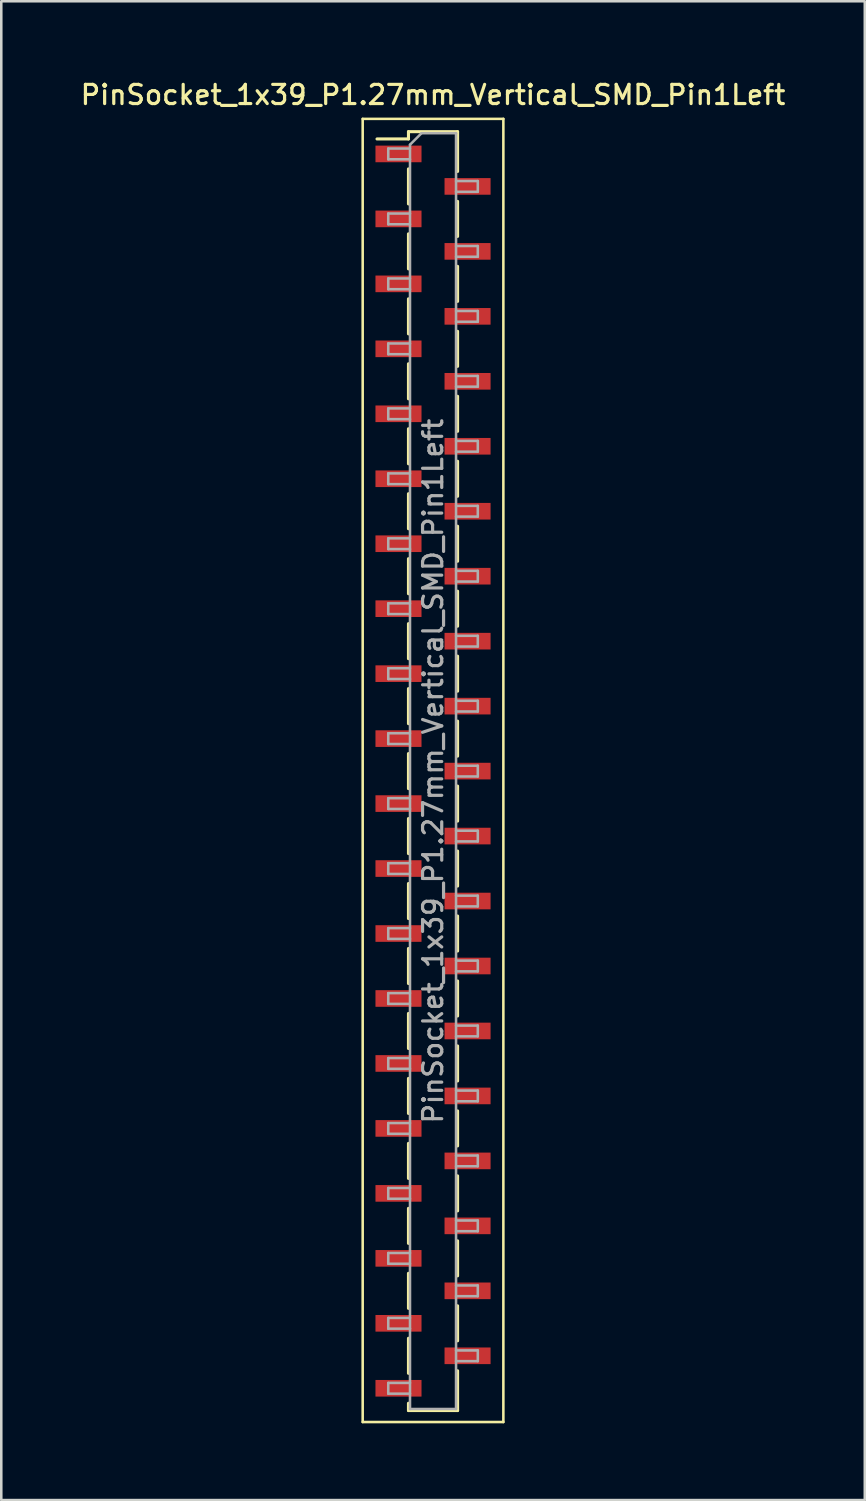
<source format=kicad_pcb>
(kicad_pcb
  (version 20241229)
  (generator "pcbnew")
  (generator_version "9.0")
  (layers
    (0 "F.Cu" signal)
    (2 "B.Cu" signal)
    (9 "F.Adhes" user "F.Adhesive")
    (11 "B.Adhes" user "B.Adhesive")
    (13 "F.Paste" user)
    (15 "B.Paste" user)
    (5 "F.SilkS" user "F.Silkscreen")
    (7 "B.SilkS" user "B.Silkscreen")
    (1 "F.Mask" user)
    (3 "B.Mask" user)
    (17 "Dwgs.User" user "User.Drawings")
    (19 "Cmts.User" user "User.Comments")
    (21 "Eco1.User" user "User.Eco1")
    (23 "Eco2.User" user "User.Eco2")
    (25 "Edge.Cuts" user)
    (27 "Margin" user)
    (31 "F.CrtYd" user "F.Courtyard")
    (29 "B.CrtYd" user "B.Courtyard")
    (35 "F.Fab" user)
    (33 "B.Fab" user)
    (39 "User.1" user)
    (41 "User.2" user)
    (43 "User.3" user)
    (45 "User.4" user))
  (footprint "PinSocket_1x39_P1.27mm_Vertical_SMD_Pin1Left"
    (layer "F.Cu")
    (at 13.88 27.098)
    (property "Reference" "PinSocket_1x39_P1.27mm_Vertical_SMD_Pin1Left" (at 0 -26.44 0) (layer "F.SilkS") (effects (font (size 0.75 0.75) (thickness 0.125))))
    (attr smd)
    (fp_line (start -2.75 -25.5) (end 2.75 -25.5) (stroke (width 0.1) (type solid)) (layer "F.SilkS"))
    (fp_line (start -2.75 25.45) (end -2.75 -25.5) (stroke (width 0.1) (type solid)) (layer "F.SilkS"))
    (fp_line (start -2.19 -24.715) (end -0.96 -24.715) (stroke (width 0.12) (type solid)) (layer "F.SilkS"))
    (fp_line (start -0.96 -25) (end -0.96 -24.715) (stroke (width 0.12) (type solid)) (layer "F.SilkS"))
    (fp_line (start -0.96 -25) (end 0.96 -25) (stroke (width 0.12) (type solid)) (layer "F.SilkS"))
    (fp_line (start -0.96 -23.545) (end -0.96 -22.175) (stroke (width 0.12) (type solid)) (layer "F.SilkS"))
    (fp_line (start -0.96 -21.005) (end -0.96 -19.635) (stroke (width 0.12) (type solid)) (layer "F.SilkS"))
    (fp_line (start -0.96 -18.465) (end -0.96 -17.095) (stroke (width 0.12) (type solid)) (layer "F.SilkS"))
    (fp_line (start -0.96 -15.925) (end -0.96 -14.555) (stroke (width 0.12) (type solid)) (layer "F.SilkS"))
    (fp_line (start -0.96 -13.385) (end -0.96 -12.015) (stroke (width 0.12) (type solid)) (layer "F.SilkS"))
    (fp_line (start -0.96 -10.845) (end -0.96 -9.475) (stroke (width 0.12) (type solid)) (layer "F.SilkS"))
    (fp_line (start -0.96 -8.305) (end -0.96 -6.935) (stroke (width 0.12) (type solid)) (layer "F.SilkS"))
    (fp_line (start -0.96 -5.765) (end -0.96 -4.395) (stroke (width 0.12) (type solid)) (layer "F.SilkS"))
    (fp_line (start -0.96 -3.225) (end -0.96 -1.855) (stroke (width 0.12) (type solid)) (layer "F.SilkS"))
    (fp_line (start -0.96 -0.685) (end -0.96 0.685) (stroke (width 0.12) (type solid)) (layer "F.SilkS"))
    (fp_line (start -0.96 1.855) (end -0.96 3.225) (stroke (width 0.12) (type solid)) (layer "F.SilkS"))
    (fp_line (start -0.96 4.395) (end -0.96 5.765) (stroke (width 0.12) (type solid)) (layer "F.SilkS"))
    (fp_line (start -0.96 6.935) (end -0.96 8.305) (stroke (width 0.12) (type solid)) (layer "F.SilkS"))
    (fp_line (start -0.96 9.475) (end -0.96 10.845) (stroke (width 0.12) (type solid)) (layer "F.SilkS"))
    (fp_line (start -0.96 12.015) (end -0.96 13.385) (stroke (width 0.12) (type solid)) (layer "F.SilkS"))
    (fp_line (start -0.96 14.555) (end -0.96 15.925) (stroke (width 0.12) (type solid)) (layer "F.SilkS"))
    (fp_line (start -0.96 17.095) (end -0.96 18.465) (stroke (width 0.12) (type solid)) (layer "F.SilkS"))
    (fp_line (start -0.96 19.635) (end -0.96 21.005) (stroke (width 0.12) (type solid)) (layer "F.SilkS"))
    (fp_line (start -0.96 22.175) (end -0.96 23.545) (stroke (width 0.12) (type solid)) (layer "F.SilkS"))
    (fp_line (start -0.96 24.715) (end -0.96 25) (stroke (width 0.12) (type solid)) (layer "F.SilkS"))
    (fp_line (start -0.96 25) (end 0.96 25) (stroke (width 0.12) (type solid)) (layer "F.SilkS"))
    (fp_line (start 0.96 -25) (end 0.96 -23.445) (stroke (width 0.12) (type solid)) (layer "F.SilkS"))
    (fp_line (start 0.96 -22.275) (end 0.96 -20.905) (stroke (width 0.12) (type solid)) (layer "F.SilkS"))
    (fp_line (start 0.96 -19.735) (end 0.96 -18.365) (stroke (width 0.12) (type solid)) (layer "F.SilkS"))
    (fp_line (start 0.96 -17.195) (end 0.96 -15.825) (stroke (width 0.12) (type solid)) (layer "F.SilkS"))
    (fp_line (start 0.96 -14.655) (end 0.96 -13.285) (stroke (width 0.12) (type solid)) (layer "F.SilkS"))
    (fp_line (start 0.96 -12.115) (end 0.96 -10.745) (stroke (width 0.12) (type solid)) (layer "F.SilkS"))
    (fp_line (start 0.96 -9.575) (end 0.96 -8.205) (stroke (width 0.12) (type solid)) (layer "F.SilkS"))
    (fp_line (start 0.96 -7.035) (end 0.96 -5.665) (stroke (width 0.12) (type solid)) (layer "F.SilkS"))
    (fp_line (start 0.96 -4.495) (end 0.96 -3.125) (stroke (width 0.12) (type solid)) (layer "F.SilkS"))
    (fp_line (start 0.96 -1.955) (end 0.96 -0.585) (stroke (width 0.12) (type solid)) (layer "F.SilkS"))
    (fp_line (start 0.96 0.585) (end 0.96 1.955) (stroke (width 0.12) (type solid)) (layer "F.SilkS"))
    (fp_line (start 0.96 3.125) (end 0.96 4.495) (stroke (width 0.12) (type solid)) (layer "F.SilkS"))
    (fp_line (start 0.96 5.665) (end 0.96 7.035) (stroke (width 0.12) (type solid)) (layer "F.SilkS"))
    (fp_line (start 0.96 8.205) (end 0.96 9.575) (stroke (width 0.12) (type solid)) (layer "F.SilkS"))
    (fp_line (start 0.96 10.745) (end 0.96 12.115) (stroke (width 0.12) (type solid)) (layer "F.SilkS"))
    (fp_line (start 0.96 13.285) (end 0.96 14.655) (stroke (width 0.12) (type solid)) (layer "F.SilkS"))
    (fp_line (start 0.96 15.825) (end 0.96 17.195) (stroke (width 0.12) (type solid)) (layer "F.SilkS"))
    (fp_line (start 0.96 18.365) (end 0.96 19.735) (stroke (width 0.12) (type solid)) (layer "F.SilkS"))
    (fp_line (start 0.96 20.905) (end 0.96 22.275) (stroke (width 0.12) (type solid)) (layer "F.SilkS"))
    (fp_line (start 0.96 23.445) (end 0.96 25) (stroke (width 0.12) (type solid)) (layer "F.SilkS"))
    (fp_line (start 2.75 -25.5) (end 2.75 25.45) (stroke (width 0.1) (type solid)) (layer "F.SilkS"))
    (fp_line (start 2.75 25.45) (end -2.75 25.45) (stroke (width 0.1) (type solid)) (layer "F.SilkS"))
    (fp_line (start -1.75 -24.34) (end -0.9 -24.34) (stroke (width 0.1) (type solid)) (layer "F.Fab"))
    (fp_line (start -1.75 -23.92) (end -1.75 -24.34) (stroke (width 0.1) (type solid)) (layer "F.Fab"))
    (fp_line (start -1.75 -21.8) (end -0.9 -21.8) (stroke (width 0.1) (type solid)) (layer "F.Fab"))
    (fp_line (start -1.75 -21.38) (end -1.75 -21.8) (stroke (width 0.1) (type solid)) (layer "F.Fab"))
    (fp_line (start -1.75 -19.26) (end -0.9 -19.26) (stroke (width 0.1) (type solid)) (layer "F.Fab"))
    (fp_line (start -1.75 -18.84) (end -1.75 -19.26) (stroke (width 0.1) (type solid)) (layer "F.Fab"))
    (fp_line (start -1.75 -16.72) (end -0.9 -16.72) (stroke (width 0.1) (type solid)) (layer "F.Fab"))
    (fp_line (start -1.75 -16.3) (end -1.75 -16.72) (stroke (width 0.1) (type solid)) (layer "F.Fab"))
    (fp_line (start -1.75 -14.18) (end -0.9 -14.18) (stroke (width 0.1) (type solid)) (layer "F.Fab"))
    (fp_line (start -1.75 -13.76) (end -1.75 -14.18) (stroke (width 0.1) (type solid)) (layer "F.Fab"))
    (fp_line (start -1.75 -11.64) (end -0.9 -11.64) (stroke (width 0.1) (type solid)) (layer "F.Fab"))
    (fp_line (start -1.75 -11.22) (end -1.75 -11.64) (stroke (width 0.1) (type solid)) (layer "F.Fab"))
    (fp_line (start -1.75 -9.1) (end -0.9 -9.1) (stroke (width 0.1) (type solid)) (layer "F.Fab"))
    (fp_line (start -1.75 -8.68) (end -1.75 -9.1) (stroke (width 0.1) (type solid)) (layer "F.Fab"))
    (fp_line (start -1.75 -6.56) (end -0.9 -6.56) (stroke (width 0.1) (type solid)) (layer "F.Fab"))
    (fp_line (start -1.75 -6.14) (end -1.75 -6.56) (stroke (width 0.1) (type solid)) (layer "F.Fab"))
    (fp_line (start -1.75 -4.02) (end -0.9 -4.02) (stroke (width 0.1) (type solid)) (layer "F.Fab"))
    (fp_line (start -1.75 -3.6) (end -1.75 -4.02) (stroke (width 0.1) (type solid)) (layer "F.Fab"))
    (fp_line (start -1.75 -1.48) (end -0.9 -1.48) (stroke (width 0.1) (type solid)) (layer "F.Fab"))
    (fp_line (start -1.75 -1.06) (end -1.75 -1.48) (stroke (width 0.1) (type solid)) (layer "F.Fab"))
    (fp_line (start -1.75 1.06) (end -0.9 1.06) (stroke (width 0.1) (type solid)) (layer "F.Fab"))
    (fp_line (start -1.75 1.48) (end -1.75 1.06) (stroke (width 0.1) (type solid)) (layer "F.Fab"))
    (fp_line (start -1.75 3.6) (end -0.9 3.6) (stroke (width 0.1) (type solid)) (layer "F.Fab"))
    (fp_line (start -1.75 4.02) (end -1.75 3.6) (stroke (width 0.1) (type solid)) (layer "F.Fab"))
    (fp_line (start -1.75 6.14) (end -0.9 6.14) (stroke (width 0.1) (type solid)) (layer "F.Fab"))
    (fp_line (start -1.75 6.56) (end -1.75 6.14) (stroke (width 0.1) (type solid)) (layer "F.Fab"))
    (fp_line (start -1.75 8.68) (end -0.9 8.68) (stroke (width 0.1) (type solid)) (layer "F.Fab"))
    (fp_line (start -1.75 9.1) (end -1.75 8.68) (stroke (width 0.1) (type solid)) (layer "F.Fab"))
    (fp_line (start -1.75 11.22) (end -0.9 11.22) (stroke (width 0.1) (type solid)) (layer "F.Fab"))
    (fp_line (start -1.75 11.64) (end -1.75 11.22) (stroke (width 0.1) (type solid)) (layer "F.Fab"))
    (fp_line (start -1.75 13.76) (end -0.9 13.76) (stroke (width 0.1) (type solid)) (layer "F.Fab"))
    (fp_line (start -1.75 14.18) (end -1.75 13.76) (stroke (width 0.1) (type solid)) (layer "F.Fab"))
    (fp_line (start -1.75 16.3) (end -0.9 16.3) (stroke (width 0.1) (type solid)) (layer "F.Fab"))
    (fp_line (start -1.75 16.72) (end -1.75 16.3) (stroke (width 0.1) (type solid)) (layer "F.Fab"))
    (fp_line (start -1.75 18.84) (end -0.9 18.84) (stroke (width 0.1) (type solid)) (layer "F.Fab"))
    (fp_line (start -1.75 19.26) (end -1.75 18.84) (stroke (width 0.1) (type solid)) (layer "F.Fab"))
    (fp_line (start -1.75 21.38) (end -0.9 21.38) (stroke (width 0.1) (type solid)) (layer "F.Fab"))
    (fp_line (start -1.75 21.8) (end -1.75 21.38) (stroke (width 0.1) (type solid)) (layer "F.Fab"))
    (fp_line (start -1.75 23.92) (end -0.9 23.92) (stroke (width 0.1) (type solid)) (layer "F.Fab"))
    (fp_line (start -1.75 24.34) (end -1.75 23.92) (stroke (width 0.1) (type solid)) (layer "F.Fab"))
    (fp_line (start -0.9 -24.49) (end -0.45 -24.94) (stroke (width 0.1) (type solid)) (layer "F.Fab"))
    (fp_line (start -0.9 -23.92) (end -1.75 -23.92) (stroke (width 0.1) (type solid)) (layer "F.Fab"))
    (fp_line (start -0.9 -21.38) (end -1.75 -21.38) (stroke (width 0.1) (type solid)) (layer "F.Fab"))
    (fp_line (start -0.9 -18.84) (end -1.75 -18.84) (stroke (width 0.1) (type solid)) (layer "F.Fab"))
    (fp_line (start -0.9 -16.3) (end -1.75 -16.3) (stroke (width 0.1) (type solid)) (layer "F.Fab"))
    (fp_line (start -0.9 -13.76) (end -1.75 -13.76) (stroke (width 0.1) (type solid)) (layer "F.Fab"))
    (fp_line (start -0.9 -11.22) (end -1.75 -11.22) (stroke (width 0.1) (type solid)) (layer "F.Fab"))
    (fp_line (start -0.9 -8.68) (end -1.75 -8.68) (stroke (width 0.1) (type solid)) (layer "F.Fab"))
    (fp_line (start -0.9 -6.14) (end -1.75 -6.14) (stroke (width 0.1) (type solid)) (layer "F.Fab"))
    (fp_line (start -0.9 -3.6) (end -1.75 -3.6) (stroke (width 0.1) (type solid)) (layer "F.Fab"))
    (fp_line (start -0.9 -1.06) (end -1.75 -1.06) (stroke (width 0.1) (type solid)) (layer "F.Fab"))
    (fp_line (start -0.9 1.48) (end -1.75 1.48) (stroke (width 0.1) (type solid)) (layer "F.Fab"))
    (fp_line (start -0.9 4.02) (end -1.75 4.02) (stroke (width 0.1) (type solid)) (layer "F.Fab"))
    (fp_line (start -0.9 6.56) (end -1.75 6.56) (stroke (width 0.1) (type solid)) (layer "F.Fab"))
    (fp_line (start -0.9 9.1) (end -1.75 9.1) (stroke (width 0.1) (type solid)) (layer "F.Fab"))
    (fp_line (start -0.9 11.64) (end -1.75 11.64) (stroke (width 0.1) (type solid)) (layer "F.Fab"))
    (fp_line (start -0.9 14.18) (end -1.75 14.18) (stroke (width 0.1) (type solid)) (layer "F.Fab"))
    (fp_line (start -0.9 16.72) (end -1.75 16.72) (stroke (width 0.1) (type solid)) (layer "F.Fab"))
    (fp_line (start -0.9 19.26) (end -1.75 19.26) (stroke (width 0.1) (type solid)) (layer "F.Fab"))
    (fp_line (start -0.9 21.8) (end -1.75 21.8) (stroke (width 0.1) (type solid)) (layer "F.Fab"))
    (fp_line (start -0.9 24.34) (end -1.75 24.34) (stroke (width 0.1) (type solid)) (layer "F.Fab"))
    (fp_line (start -0.9 24.94) (end -0.9 -24.49) (stroke (width 0.1) (type solid)) (layer "F.Fab"))
    (fp_line (start -0.45 -24.94) (end 0.9 -24.94) (stroke (width 0.1) (type solid)) (layer "F.Fab"))
    (fp_line (start 0.9 -24.94) (end 0.9 24.94) (stroke (width 0.1) (type solid)) (layer "F.Fab"))
    (fp_line (start 0.9 -23.07) (end 1.75 -23.07) (stroke (width 0.1) (type solid)) (layer "F.Fab"))
    (fp_line (start 0.9 -20.53) (end 1.75 -20.53) (stroke (width 0.1) (type solid)) (layer "F.Fab"))
    (fp_line (start 0.9 -17.99) (end 1.75 -17.99) (stroke (width 0.1) (type solid)) (layer "F.Fab"))
    (fp_line (start 0.9 -15.45) (end 1.75 -15.45) (stroke (width 0.1) (type solid)) (layer "F.Fab"))
    (fp_line (start 0.9 -12.91) (end 1.75 -12.91) (stroke (width 0.1) (type solid)) (layer "F.Fab"))
    (fp_line (start 0.9 -10.37) (end 1.75 -10.37) (stroke (width 0.1) (type solid)) (layer "F.Fab"))
    (fp_line (start 0.9 -7.83) (end 1.75 -7.83) (stroke (width 0.1) (type solid)) (layer "F.Fab"))
    (fp_line (start 0.9 -5.29) (end 1.75 -5.29) (stroke (width 0.1) (type solid)) (layer "F.Fab"))
    (fp_line (start 0.9 -2.75) (end 1.75 -2.75) (stroke (width 0.1) (type solid)) (layer "F.Fab"))
    (fp_line (start 0.9 -0.21) (end 1.75 -0.21) (stroke (width 0.1) (type solid)) (layer "F.Fab"))
    (fp_line (start 0.9 2.33) (end 1.75 2.33) (stroke (width 0.1) (type solid)) (layer "F.Fab"))
    (fp_line (start 0.9 4.87) (end 1.75 4.87) (stroke (width 0.1) (type solid)) (layer "F.Fab"))
    (fp_line (start 0.9 7.41) (end 1.75 7.41) (stroke (width 0.1) (type solid)) (layer "F.Fab"))
    (fp_line (start 0.9 9.95) (end 1.75 9.95) (stroke (width 0.1) (type solid)) (layer "F.Fab"))
    (fp_line (start 0.9 12.49) (end 1.75 12.49) (stroke (width 0.1) (type solid)) (layer "F.Fab"))
    (fp_line (start 0.9 15.03) (end 1.75 15.03) (stroke (width 0.1) (type solid)) (layer "F.Fab"))
    (fp_line (start 0.9 17.57) (end 1.75 17.57) (stroke (width 0.1) (type solid)) (layer "F.Fab"))
    (fp_line (start 0.9 20.11) (end 1.75 20.11) (stroke (width 0.1) (type solid)) (layer "F.Fab"))
    (fp_line (start 0.9 22.65) (end 1.75 22.65) (stroke (width 0.1) (type solid)) (layer "F.Fab"))
    (fp_line (start 0.9 24.94) (end -0.9 24.94) (stroke (width 0.1) (type solid)) (layer "F.Fab"))
    (fp_line (start 1.75 -23.07) (end 1.75 -22.65) (stroke (width 0.1) (type solid)) (layer "F.Fab"))
    (fp_line (start 1.75 -22.65) (end 0.9 -22.65) (stroke (width 0.1) (type solid)) (layer "F.Fab"))
    (fp_line (start 1.75 -20.53) (end 1.75 -20.11) (stroke (width 0.1) (type solid)) (layer "F.Fab"))
    (fp_line (start 1.75 -20.11) (end 0.9 -20.11) (stroke (width 0.1) (type solid)) (layer "F.Fab"))
    (fp_line (start 1.75 -17.99) (end 1.75 -17.57) (stroke (width 0.1) (type solid)) (layer "F.Fab"))
    (fp_line (start 1.75 -17.57) (end 0.9 -17.57) (stroke (width 0.1) (type solid)) (layer "F.Fab"))
    (fp_line (start 1.75 -15.45) (end 1.75 -15.03) (stroke (width 0.1) (type solid)) (layer "F.Fab"))
    (fp_line (start 1.75 -15.03) (end 0.9 -15.03) (stroke (width 0.1) (type solid)) (layer "F.Fab"))
    (fp_line (start 1.75 -12.91) (end 1.75 -12.49) (stroke (width 0.1) (type solid)) (layer "F.Fab"))
    (fp_line (start 1.75 -12.49) (end 0.9 -12.49) (stroke (width 0.1) (type solid)) (layer "F.Fab"))
    (fp_line (start 1.75 -10.37) (end 1.75 -9.95) (stroke (width 0.1) (type solid)) (layer "F.Fab"))
    (fp_line (start 1.75 -9.95) (end 0.9 -9.95) (stroke (width 0.1) (type solid)) (layer "F.Fab"))
    (fp_line (start 1.75 -7.83) (end 1.75 -7.41) (stroke (width 0.1) (type solid)) (layer "F.Fab"))
    (fp_line (start 1.75 -7.41) (end 0.9 -7.41) (stroke (width 0.1) (type solid)) (layer "F.Fab"))
    (fp_line (start 1.75 -5.29) (end 1.75 -4.87) (stroke (width 0.1) (type solid)) (layer "F.Fab"))
    (fp_line (start 1.75 -4.87) (end 0.9 -4.87) (stroke (width 0.1) (type solid)) (layer "F.Fab"))
    (fp_line (start 1.75 -2.75) (end 1.75 -2.33) (stroke (width 0.1) (type solid)) (layer "F.Fab"))
    (fp_line (start 1.75 -2.33) (end 0.9 -2.33) (stroke (width 0.1) (type solid)) (layer "F.Fab"))
    (fp_line (start 1.75 -0.21) (end 1.75 0.21) (stroke (width 0.1) (type solid)) (layer "F.Fab"))
    (fp_line (start 1.75 0.21) (end 0.9 0.21) (stroke (width 0.1) (type solid)) (layer "F.Fab"))
    (fp_line (start 1.75 2.33) (end 1.75 2.75) (stroke (width 0.1) (type solid)) (layer "F.Fab"))
    (fp_line (start 1.75 2.75) (end 0.9 2.75) (stroke (width 0.1) (type solid)) (layer "F.Fab"))
    (fp_line (start 1.75 4.87) (end 1.75 5.29) (stroke (width 0.1) (type solid)) (layer "F.Fab"))
    (fp_line (start 1.75 5.29) (end 0.9 5.29) (stroke (width 0.1) (type solid)) (layer "F.Fab"))
    (fp_line (start 1.75 7.41) (end 1.75 7.83) (stroke (width 0.1) (type solid)) (layer "F.Fab"))
    (fp_line (start 1.75 7.83) (end 0.9 7.83) (stroke (width 0.1) (type solid)) (layer "F.Fab"))
    (fp_line (start 1.75 9.95) (end 1.75 10.37) (stroke (width 0.1) (type solid)) (layer "F.Fab"))
    (fp_line (start 1.75 10.37) (end 0.9 10.37) (stroke (width 0.1) (type solid)) (layer "F.Fab"))
    (fp_line (start 1.75 12.49) (end 1.75 12.91) (stroke (width 0.1) (type solid)) (layer "F.Fab"))
    (fp_line (start 1.75 12.91) (end 0.9 12.91) (stroke (width 0.1) (type solid)) (layer "F.Fab"))
    (fp_line (start 1.75 15.03) (end 1.75 15.45) (stroke (width 0.1) (type solid)) (layer "F.Fab"))
    (fp_line (start 1.75 15.45) (end 0.9 15.45) (stroke (width 0.1) (type solid)) (layer "F.Fab"))
    (fp_line (start 1.75 17.57) (end 1.75 17.99) (stroke (width 0.1) (type solid)) (layer "F.Fab"))
    (fp_line (start 1.75 17.99) (end 0.9 17.99) (stroke (width 0.1) (type solid)) (layer "F.Fab"))
    (fp_line (start 1.75 20.11) (end 1.75 20.53) (stroke (width 0.1) (type solid)) (layer "F.Fab"))
    (fp_line (start 1.75 20.53) (end 0.9 20.53) (stroke (width 0.1) (type solid)) (layer "F.Fab"))
    (fp_line (start 1.75 22.65) (end 1.75 23.07) (stroke (width 0.1) (type solid)) (layer "F.Fab"))
    (fp_line (start 1.75 23.07) (end 0.9 23.07) (stroke (width 0.1) (type solid)) (layer "F.Fab"))
    (fp_text user "${REFERENCE}" (at 0 0 90) (layer "F.Fab") (effects (font (size 0.75 0.75) (thickness 0.125))))
    (pad "1" smd rect (at -1.35 -24.13) (size 1.8 0.65) (layers "F.Cu" "F.Mask" "F.Paste"))
    (pad "2" smd rect (at 1.35 -22.86) (size 1.8 0.65) (layers "F.Cu" "F.Mask" "F.Paste"))
    (pad "3" smd rect (at -1.35 -21.59) (size 1.8 0.65) (layers "F.Cu" "F.Mask" "F.Paste"))
    (pad "4" smd rect (at 1.35 -20.32) (size 1.8 0.65) (layers "F.Cu" "F.Mask" "F.Paste"))
    (pad "5" smd rect (at -1.35 -19.05) (size 1.8 0.65) (layers "F.Cu" "F.Mask" "F.Paste"))
    (pad "6" smd rect (at 1.35 -17.78) (size 1.8 0.65) (layers "F.Cu" "F.Mask" "F.Paste"))
    (pad "7" smd rect (at -1.35 -16.51) (size 1.8 0.65) (layers "F.Cu" "F.Mask" "F.Paste"))
    (pad "8" smd rect (at 1.35 -15.24) (size 1.8 0.65) (layers "F.Cu" "F.Mask" "F.Paste"))
    (pad "9" smd rect (at -1.35 -13.97) (size 1.8 0.65) (layers "F.Cu" "F.Mask" "F.Paste"))
    (pad "10" smd rect (at 1.35 -12.7) (size 1.8 0.65) (layers "F.Cu" "F.Mask" "F.Paste"))
    (pad "11" smd rect (at -1.35 -11.43) (size 1.8 0.65) (layers "F.Cu" "F.Mask" "F.Paste"))
    (pad "12" smd rect (at 1.35 -10.16) (size 1.8 0.65) (layers "F.Cu" "F.Mask" "F.Paste"))
    (pad "13" smd rect (at -1.35 -8.89) (size 1.8 0.65) (layers "F.Cu" "F.Mask" "F.Paste"))
    (pad "14" smd rect (at 1.35 -7.62) (size 1.8 0.65) (layers "F.Cu" "F.Mask" "F.Paste"))
    (pad "15" smd rect (at -1.35 -6.35) (size 1.8 0.65) (layers "F.Cu" "F.Mask" "F.Paste"))
    (pad "16" smd rect (at 1.35 -5.08) (size 1.8 0.65) (layers "F.Cu" "F.Mask" "F.Paste"))
    (pad "17" smd rect (at -1.35 -3.81) (size 1.8 0.65) (layers "F.Cu" "F.Mask" "F.Paste"))
    (pad "18" smd rect (at 1.35 -2.54) (size 1.8 0.65) (layers "F.Cu" "F.Mask" "F.Paste"))
    (pad "19" smd rect (at -1.35 -1.27) (size 1.8 0.65) (layers "F.Cu" "F.Mask" "F.Paste"))
    (pad "20" smd rect (at 1.35 0) (size 1.8 0.65) (layers "F.Cu" "F.Mask" "F.Paste"))
    (pad "21" smd rect (at -1.35 1.27) (size 1.8 0.65) (layers "F.Cu" "F.Mask" "F.Paste"))
    (pad "22" smd rect (at 1.35 2.54) (size 1.8 0.65) (layers "F.Cu" "F.Mask" "F.Paste"))
    (pad "23" smd rect (at -1.35 3.81) (size 1.8 0.65) (layers "F.Cu" "F.Mask" "F.Paste"))
    (pad "24" smd rect (at 1.35 5.08) (size 1.8 0.65) (layers "F.Cu" "F.Mask" "F.Paste"))
    (pad "25" smd rect (at -1.35 6.35) (size 1.8 0.65) (layers "F.Cu" "F.Mask" "F.Paste"))
    (pad "26" smd rect (at 1.35 7.62) (size 1.8 0.65) (layers "F.Cu" "F.Mask" "F.Paste"))
    (pad "27" smd rect (at -1.35 8.89) (size 1.8 0.65) (layers "F.Cu" "F.Mask" "F.Paste"))
    (pad "28" smd rect (at 1.35 10.16) (size 1.8 0.65) (layers "F.Cu" "F.Mask" "F.Paste"))
    (pad "29" smd rect (at -1.35 11.43) (size 1.8 0.65) (layers "F.Cu" "F.Mask" "F.Paste"))
    (pad "30" smd rect (at 1.35 12.7) (size 1.8 0.65) (layers "F.Cu" "F.Mask" "F.Paste"))
    (pad "31" smd rect (at -1.35 13.97) (size 1.8 0.65) (layers "F.Cu" "F.Mask" "F.Paste"))
    (pad "32" smd rect (at 1.35 15.24) (size 1.8 0.65) (layers "F.Cu" "F.Mask" "F.Paste"))
    (pad "33" smd rect (at -1.35 16.51) (size 1.8 0.65) (layers "F.Cu" "F.Mask" "F.Paste"))
    (pad "34" smd rect (at 1.35 17.78) (size 1.8 0.65) (layers "F.Cu" "F.Mask" "F.Paste"))
    (pad "35" smd rect (at -1.35 19.05) (size 1.8 0.65) (layers "F.Cu" "F.Mask" "F.Paste"))
    (pad "36" smd rect (at 1.35 20.32) (size 1.8 0.65) (layers "F.Cu" "F.Mask" "F.Paste"))
    (pad "37" smd rect (at -1.35 21.59) (size 1.8 0.65) (layers "F.Cu" "F.Mask" "F.Paste"))
    (pad "38" smd rect (at 1.35 22.86) (size 1.8 0.65) (layers "F.Cu" "F.Mask" "F.Paste"))
    (pad "39" smd rect (at -1.35 24.13) (size 1.8 0.65) (layers "F.Cu" "F.Mask" "F.Paste")))
  (gr_rect
    (start -3 -3)
    (end 30.761 55.598)
    (stroke (width 0.1) (type default))
    (fill no)
    (layer "Edge.Cuts")))
</source>
